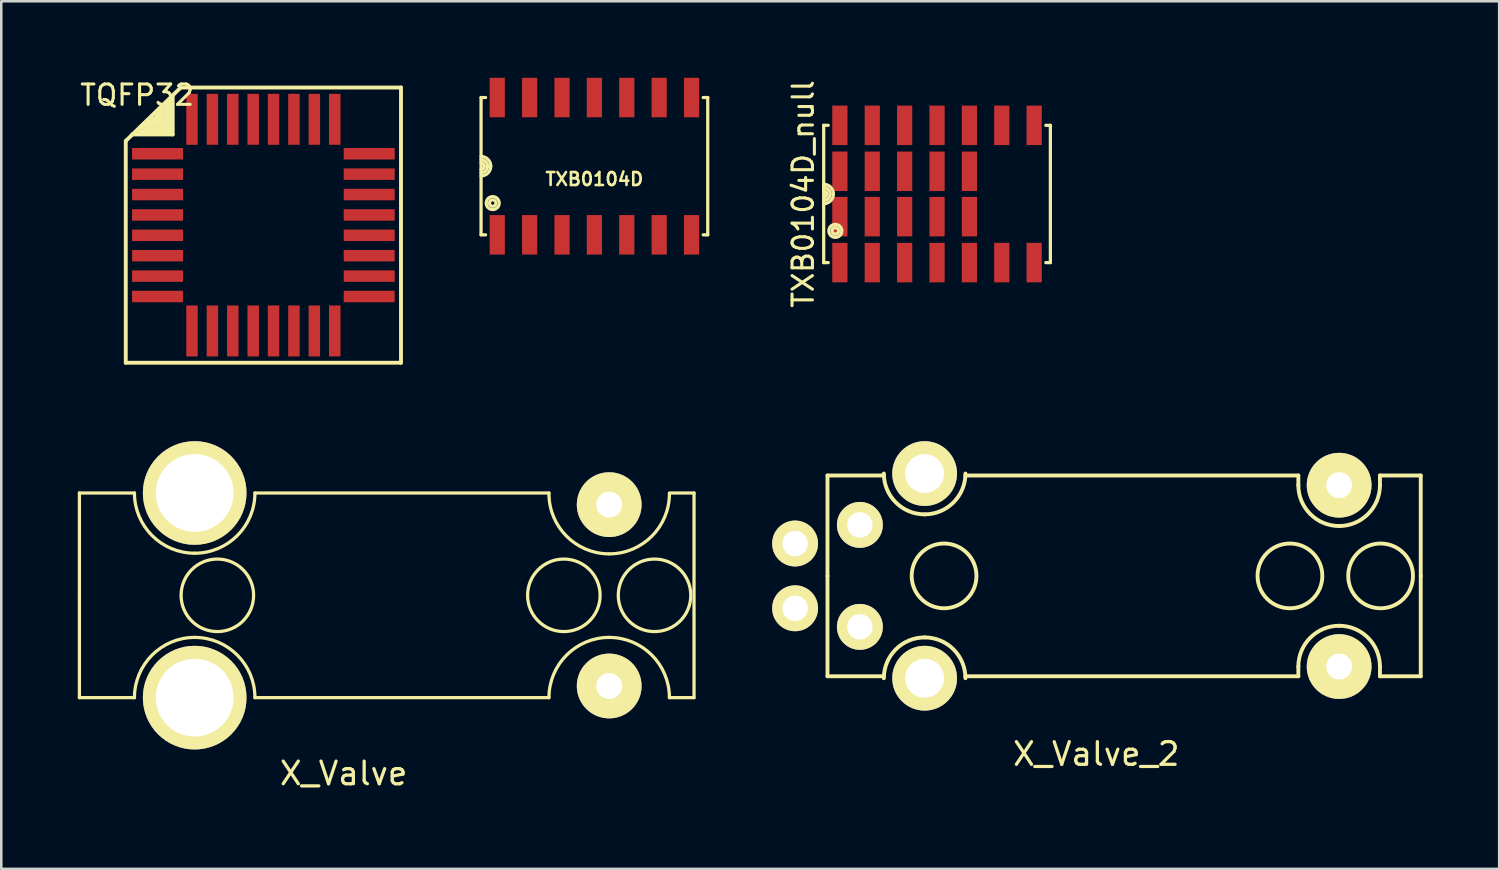
<source format=kicad_pcb>
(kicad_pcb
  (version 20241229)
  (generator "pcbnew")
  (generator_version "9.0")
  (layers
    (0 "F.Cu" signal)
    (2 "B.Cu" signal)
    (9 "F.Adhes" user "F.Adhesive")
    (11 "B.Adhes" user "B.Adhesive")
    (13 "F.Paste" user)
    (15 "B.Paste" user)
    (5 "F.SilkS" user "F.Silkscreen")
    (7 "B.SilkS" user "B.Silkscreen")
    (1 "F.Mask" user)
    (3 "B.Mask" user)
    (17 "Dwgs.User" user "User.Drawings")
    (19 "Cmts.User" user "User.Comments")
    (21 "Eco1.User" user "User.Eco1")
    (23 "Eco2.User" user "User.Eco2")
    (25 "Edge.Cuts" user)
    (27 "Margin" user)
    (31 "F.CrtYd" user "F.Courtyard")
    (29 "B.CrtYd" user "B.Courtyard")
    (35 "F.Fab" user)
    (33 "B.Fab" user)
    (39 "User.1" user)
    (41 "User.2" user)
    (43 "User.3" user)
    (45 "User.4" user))
  (footprint "TXB0104D_null"
    (layer "F.Cu")
    (at 33.698 4.557)
    (property "Reference" "TXB0104D_null" (at -5.25 0 90) (layer "F.SilkS") (effects (font (size 0.8 0.8) (thickness 0.12))))
    (attr smd)
    (fp_line (start -4.445 -2.692) (end -4.445 2.692) (stroke (width 0.127) (type solid)) (layer "F.SilkS"))
    (fp_line (start -4.445 2.692) (end -4.267 2.692) (stroke (width 0.127) (type solid)) (layer "F.SilkS"))
    (fp_line (start -4.267 -2.692) (end -4.445 -2.692) (stroke (width 0.127) (type solid)) (layer "F.SilkS"))
    (fp_line (start 4.267 2.692) (end 4.445 2.692) (stroke (width 0.127) (type solid)) (layer "F.SilkS"))
    (fp_line (start 4.445 -2.692) (end 4.267 -2.692) (stroke (width 0.127) (type solid)) (layer "F.SilkS"))
    (fp_line (start 4.445 2.692) (end 4.445 -2.692) (stroke (width 0.127) (type solid)) (layer "F.SilkS"))
    (fp_arc (start -4.445 -0.381) (mid -4.175592 -0.269408) (end -4.064 0) (stroke (width 0.127) (type solid)) (layer "F.SilkS"))
    (fp_arc (start -4.445 -0.254) (mid -4.265395 -0.179605) (end -4.191 0) (stroke (width 0.127) (type solid)) (layer "F.SilkS"))
    (fp_arc (start -4.445 -0.127) (mid -4.355197 -0.089803) (end -4.318 0) (stroke (width 0.127) (type solid)) (layer "F.SilkS"))
    (fp_arc (start -4.318 0) (mid -4.355197 0.089803) (end -4.445 0.127) (stroke (width 0.127) (type solid)) (layer "F.SilkS"))
    (fp_arc (start -4.191 0) (mid -4.265395 0.179605) (end -4.445 0.254) (stroke (width 0.127) (type solid)) (layer "F.SilkS"))
    (fp_arc (start -4.064 0) (mid -4.175592 0.269408) (end -4.445 0.381) (stroke (width 0.127) (type solid)) (layer "F.SilkS"))
    (fp_circle (center -3.988 1.448) (end -4.242 1.448) (stroke (width 0.127) (type solid)) (fill no) (layer "F.SilkS"))
    (fp_circle (center -3.988 1.448) (end -4.115 1.448) (stroke (width 0.127) (type solid)) (fill no) (layer "F.SilkS"))
    (pad "1" smd rect (at -3.81 0.889) (size 0.597 1.549) (layers "F.Cu" "F.Mask" "F.Paste"))
    (pad "1" smd rect (at -3.81 2.692) (size 0.597 1.549) (layers "F.Cu" "F.Mask" "F.Paste"))
    (pad "2" smd rect (at -2.54 0.889) (size 0.597 1.549) (layers "F.Cu" "F.Mask" "F.Paste"))
    (pad "2" smd rect (at -2.54 2.692) (size 0.597 1.549) (layers "F.Cu" "F.Mask" "F.Paste"))
    (pad "3" smd rect (at -1.27 0.889) (size 0.597 1.549) (layers "F.Cu" "F.Mask" "F.Paste"))
    (pad "3" smd rect (at -1.27 2.692) (size 0.597 1.549) (layers "F.Cu" "F.Mask" "F.Paste"))
    (pad "4" smd rect (at 0 0.889) (size 0.597 1.549) (layers "F.Cu" "F.Mask" "F.Paste"))
    (pad "4" smd rect (at 0 2.692) (size 0.597 1.549) (layers "F.Cu" "F.Mask" "F.Paste"))
    (pad "5" smd rect (at 1.27 0.889) (size 0.597 1.549) (layers "F.Cu" "F.Mask" "F.Paste"))
    (pad "5" smd rect (at 1.27 2.692) (size 0.597 1.549) (layers "F.Cu" "F.Mask" "F.Paste"))
    (pad "6" smd rect (at 2.54 2.692) (size 0.597 1.549) (layers "F.Cu" "F.Mask" "F.Paste"))
    (pad "7" smd rect (at 3.81 2.692) (size 0.597 1.549) (layers "F.Cu" "F.Mask" "F.Paste"))
    (pad "8" smd rect (at 3.81 -2.692) (size 0.597 1.549) (layers "F.Cu" "F.Mask" "F.Paste"))
    (pad "9" smd rect (at 2.54 -2.692) (size 0.597 1.549) (layers "F.Cu" "F.Mask" "F.Paste"))
    (pad "10" smd rect (at 1.27 -2.692) (size 0.597 1.549) (layers "F.Cu" "F.Mask" "F.Paste"))
    (pad "10" smd rect (at 1.27 -0.889) (size 0.597 1.549) (layers "F.Cu" "F.Mask" "F.Paste"))
    (pad "11" smd rect (at 0 -2.692) (size 0.597 1.549) (layers "F.Cu" "F.Mask" "F.Paste"))
    (pad "11" smd rect (at 0 -0.889) (size 0.597 1.549) (layers "F.Cu" "F.Mask" "F.Paste"))
    (pad "12" smd rect (at -1.27 -2.692) (size 0.597 1.549) (layers "F.Cu" "F.Mask" "F.Paste"))
    (pad "12" smd rect (at -1.27 -0.889) (size 0.597 1.549) (layers "F.Cu" "F.Mask" "F.Paste"))
    (pad "13" smd rect (at -2.54 -2.692) (size 0.597 1.549) (layers "F.Cu" "F.Mask" "F.Paste"))
    (pad "13" smd rect (at -2.54 -0.889) (size 0.597 1.549) (layers "F.Cu" "F.Mask" "F.Paste"))
    (pad "14" smd rect (at -3.81 -2.692) (size 0.597 1.549) (layers "F.Cu" "F.Mask" "F.Paste"))
    (pad "14" smd rect (at -3.81 -0.889) (size 0.597 1.549) (layers "F.Cu" "F.Mask" "F.Paste")))
  (footprint "X_Valve"
    (layer "F.Cu")
    (at 1.156 20.297)
    (property "Reference" "X_Valve" (at 9.271 6.985 0) (layer "F.SilkS") (effects (font (size 0.889 0.889) (thickness 0.127))))
    (attr smd)
    (fp_line (start -1.092 -4.013) (end -1.092 0) (stroke (width 0.127) (type solid)) (layer "F.SilkS"))
    (fp_line (start -1.092 -4.013) (end 1.067 -4.013) (stroke (width 0.127) (type solid)) (layer "F.SilkS"))
    (fp_line (start -1.092 0) (end -1.092 4.013) (stroke (width 0.127) (type solid)) (layer "F.SilkS"))
    (fp_line (start 1.067 4.013) (end -1.092 4.013) (stroke (width 0.127) (type solid)) (layer "F.SilkS"))
    (fp_line (start 5.791 -4.013) (end 17.323 -4.013) (stroke (width 0.127) (type solid)) (layer "F.SilkS"))
    (fp_line (start 5.791 4.013) (end 17.323 4.013) (stroke (width 0.127) (type solid)) (layer "F.SilkS"))
    (fp_line (start 22.047 -4.013) (end 23.012 -4.013) (stroke (width 0.127) (type solid)) (layer "F.SilkS"))
    (fp_line (start 22.047 4.013) (end 23.012 4.013) (stroke (width 0.127) (type solid)) (layer "F.SilkS"))
    (fp_line (start 23.012 4.013) (end 23.012 -4.013) (stroke (width 0.127) (type solid)) (layer "F.SilkS"))
    (fp_arc (start 1.0668 4.0132) (mid 1.758672 2.342872) (end 3.429 1.651) (stroke (width 0.127) (type solid)) (layer "F.SilkS"))
    (fp_arc (start 3.429 -1.651) (mid 1.758672 -2.342872) (end 1.0668 -4.0132) (stroke (width 0.127) (type solid)) (layer "F.SilkS"))
    (fp_arc (start 3.429 1.651) (mid 5.099328 2.342872) (end 5.7912 4.0132) (stroke (width 0.127) (type solid)) (layer "F.SilkS"))
    (fp_arc (start 5.7912 -4.0132) (mid 5.099328 -2.342872) (end 3.429 -1.651) (stroke (width 0.127) (type solid)) (layer "F.SilkS"))
    (fp_arc (start 17.3228 4.0132) (mid 18.014672 2.342872) (end 19.685 1.651) (stroke (width 0.127) (type solid)) (layer "F.SilkS"))
    (fp_arc (start 19.6596 -1.6256) (mid 17.996712 -2.335433) (end 17.3228 -4.0132) (stroke (width 0.127) (type solid)) (layer "F.SilkS"))
    (fp_arc (start 19.685 1.651) (mid 21.355328 2.342872) (end 22.0472 4.0132) (stroke (width 0.127) (type solid)) (layer "F.SilkS"))
    (fp_arc (start 22.0472 -3.9878) (mid 21.355328 -2.317472) (end 19.685 -1.6256) (stroke (width 0.127) (type solid)) (layer "F.SilkS"))
    (fp_circle (center 4.318 0) (end 5.74 0) (stroke (width 0.127) (type solid)) (fill no) (layer "F.SilkS"))
    (fp_circle (center 17.907 0) (end 19.329 0) (stroke (width 0.127) (type solid)) (fill no) (layer "F.SilkS"))
    (fp_circle (center 21.463 0) (end 20.041 0) (stroke (width 0.127) (type solid)) (fill no) (layer "F.SilkS"))
    (pad "1" thru_hole circle (at 3.429 4.013) (size 4.064 4.064) (drill 3.048) (layers "*.Cu" "*.Mask" "F.SilkS"))
    (pad "2" thru_hole circle (at 3.429 -4.013) (size 4.064 4.064) (drill 3.048) (layers "*.Cu" "*.Mask" "F.SilkS"))
    (pad "3" thru_hole circle (at 19.685 -3.556) (size 2.54 2.54) (drill 1.016) (layers "*.Cu" "*.Mask" "F.SilkS"))
    (pad "4" thru_hole circle (at 19.685 3.556) (size 2.54 2.54) (drill 1.016) (layers "*.Cu" "*.Mask" "F.SilkS")))
  (footprint "X_Valve_2"
    (layer "F.Cu")
    (at 30.672 19.535)
    (property "Reference" "X_Valve_2" (at 9.271 6.985 0) (layer "F.SilkS") (effects (font (size 0.889 0.889) (thickness 0.127))))
    (attr smd)
    (fp_line (start -1.27 -3.937) (end 0.94 -3.937) (stroke (width 0.152) (type solid)) (layer "F.SilkS"))
    (fp_line (start -1.27 0) (end -1.27 -3.937) (stroke (width 0.152) (type solid)) (layer "F.SilkS"))
    (fp_line (start -1.27 0) (end -1.27 3.937) (stroke (width 0.152) (type solid)) (layer "F.SilkS"))
    (fp_line (start -1.27 3.937) (end 0.94 3.937) (stroke (width 0.152) (type solid)) (layer "F.SilkS"))
    (fp_line (start 4.14 3.937) (end 17.196 3.937) (stroke (width 0.152) (type solid)) (layer "F.SilkS"))
    (fp_line (start 17.196 -3.937) (end 4.14 -3.937) (stroke (width 0.152) (type solid)) (layer "F.SilkS"))
    (fp_line (start 17.196 -3.556) (end 17.196 -3.937) (stroke (width 0.152) (type solid)) (layer "F.SilkS"))
    (fp_line (start 17.196 3.556) (end 17.196 3.937) (stroke (width 0.152) (type solid)) (layer "F.SilkS"))
    (fp_line (start 20.396 -3.937) (end 21.996 -3.937) (stroke (width 0.152) (type solid)) (layer "F.SilkS"))
    (fp_line (start 20.396 -3.556) (end 20.396 -3.937) (stroke (width 0.152) (type solid)) (layer "F.SilkS"))
    (fp_line (start 20.396 3.556) (end 20.396 3.937) (stroke (width 0.152) (type solid)) (layer "F.SilkS"))
    (fp_line (start 20.396 3.937) (end 21.996 3.937) (stroke (width 0.152) (type solid)) (layer "F.SilkS"))
    (fp_line (start 21.996 0) (end 21.996 -3.937) (stroke (width 0.152) (type solid)) (layer "F.SilkS"))
    (fp_line (start 21.996 0) (end 21.996 3.937) (stroke (width 0.152) (type solid)) (layer "F.SilkS"))
    (fp_arc (start 0.9398 4.0132) (mid 1.408488 2.881688) (end 2.54 2.413) (stroke (width 0.1524) (type solid)) (layer "F.SilkS"))
    (fp_arc (start 2.54 -2.413) (mid 1.408488 -2.881688) (end 0.9398 -4.0132) (stroke (width 0.1524) (type solid)) (layer "F.SilkS"))
    (fp_arc (start 2.54 2.413) (mid 3.671512 2.881688) (end 4.1402 4.0132) (stroke (width 0.1524) (type solid)) (layer "F.SilkS"))
    (fp_arc (start 4.1402 -4.0132) (mid 3.671512 -2.881688) (end 2.54 -2.413) (stroke (width 0.1524) (type solid)) (layer "F.SilkS"))
    (fp_arc (start 17.1958 3.556) (mid 17.664488 2.424488) (end 18.796 1.9558) (stroke (width 0.1524) (type solid)) (layer "F.SilkS"))
    (fp_arc (start 18.796 -1.9558) (mid 17.664488 -2.424488) (end 17.1958 -3.556) (stroke (width 0.1524) (type solid)) (layer "F.SilkS"))
    (fp_arc (start 18.796 1.9558) (mid 19.927512 2.424488) (end 20.3962 3.556) (stroke (width 0.1524) (type solid)) (layer "F.SilkS"))
    (fp_arc (start 20.3962 -3.556) (mid 19.927512 -2.424488) (end 18.796 -1.9558) (stroke (width 0.1524) (type solid)) (layer "F.SilkS"))
    (fp_circle (center 3.302 0) (end 2.032 0) (stroke (width 0.152) (type solid)) (fill no) (layer "F.SilkS"))
    (fp_circle (center 16.866 0) (end 15.596 0) (stroke (width 0.152) (type solid)) (fill no) (layer "F.SilkS"))
    (fp_circle (center 20.422 0) (end 19.152 0) (stroke (width 0.152) (type solid)) (fill no) (layer "F.SilkS"))
    (pad "" thru_hole circle (at 2.54 -4.013) (size 2.54 2.54) (drill 1.524) (layers "*.Cu" "*.Mask" "F.SilkS"))
    (pad "" thru_hole circle (at 2.54 4.013) (size 2.54 2.54) (drill 1.524) (layers "*.Cu" "*.Mask" "F.SilkS"))
    (pad "" thru_hole circle (at 18.796 -3.556) (size 2.54 2.54) (drill 1.016) (layers "*.Cu" "*.Mask" "F.SilkS"))
    (pad "" thru_hole circle (at 18.796 3.556) (size 2.54 2.54) (drill 1.016) (layers "*.Cu" "*.Mask" "F.SilkS"))
    (pad "1" thru_hole circle (at -2.54 -1.27) (size 1.8 1.8) (drill 1) (layers "*.Cu" "*.Mask" "F.SilkS"))
    (pad "1" thru_hole circle (at 0 -2) (size 1.8 1.8) (drill 1) (layers "*.Cu" "*.Mask" "F.SilkS"))
    (pad "2" thru_hole circle (at -2.54 1.27) (size 1.8 1.8) (drill 1) (layers "*.Cu" "*.Mask" "F.SilkS"))
    (pad "2" thru_hole circle (at 0 2) (size 1.8 1.8) (drill 1) (layers "*.Cu" "*.Mask" "F.SilkS")))
  (footprint "TQFP32"
    (layer "F.Cu")
    (at 7.279 5.779)
    (property "Reference" "TQFP32" (at -4.95 -5.1 0) (layer "F.SilkS") (effects (font (size 0.8 0.8) (thickness 0.12))))
    (attr smd)
    (fp_line (start -5.397 -3.302) (end -3.239 -5.397) (stroke (width 0.152) (type solid)) (layer "F.SilkS"))
    (fp_line (start -5.397 5.397) (end -5.397 -3.302) (stroke (width 0.152) (type solid)) (layer "F.SilkS"))
    (fp_line (start -5.144 -3.556) (end -3.556 -3.556) (stroke (width 0.152) (type solid)) (layer "F.SilkS"))
    (fp_line (start -4.191 -4.191) (end -4.381 -4.191) (stroke (width 0.152) (type solid)) (layer "F.SilkS"))
    (fp_line (start -4.191 -4.191) (end -4.191 -4.381) (stroke (width 0.152) (type solid)) (layer "F.SilkS"))
    (fp_line (start -4.064 -4.064) (end -4.508 -4.064) (stroke (width 0.152) (type solid)) (layer "F.SilkS"))
    (fp_line (start -4.064 -4.064) (end -4.064 -4.508) (stroke (width 0.152) (type solid)) (layer "F.SilkS"))
    (fp_line (start -3.937 -3.937) (end -4.636 -3.937) (stroke (width 0.152) (type solid)) (layer "F.SilkS"))
    (fp_line (start -3.937 -3.937) (end -3.937 -4.636) (stroke (width 0.152) (type solid)) (layer "F.SilkS"))
    (fp_line (start -3.81 -3.81) (end -4.763 -3.81) (stroke (width 0.152) (type solid)) (layer "F.SilkS"))
    (fp_line (start -3.81 -3.81) (end -3.81 -4.763) (stroke (width 0.152) (type solid)) (layer "F.SilkS"))
    (fp_line (start -3.683 -3.683) (end -4.889 -3.683) (stroke (width 0.152) (type solid)) (layer "F.SilkS"))
    (fp_line (start -3.683 -3.683) (end -3.683 -4.889) (stroke (width 0.152) (type solid)) (layer "F.SilkS"))
    (fp_line (start -3.556 -3.556) (end -3.556 -5.08) (stroke (width 0.152) (type solid)) (layer "F.SilkS"))
    (fp_line (start -3.239 -5.397) (end 5.397 -5.397) (stroke (width 0.152) (type solid)) (layer "F.SilkS"))
    (fp_line (start 5.397 -5.397) (end 5.397 5.397) (stroke (width 0.152) (type solid)) (layer "F.SilkS"))
    (fp_line (start 5.397 5.397) (end -5.397 5.397) (stroke (width 0.152) (type solid)) (layer "F.SilkS"))
    (pad "1" smd rect (at -4.15 -2.799) (size 1.999 0.45) (layers "F.Cu" "F.Mask" "F.Paste"))
    (pad "2" smd rect (at -4.15 -1.999) (size 1.999 0.45) (layers "F.Cu" "F.Mask" "F.Paste"))
    (pad "3" smd rect (at -4.15 -1.199) (size 1.999 0.45) (layers "F.Cu" "F.Mask" "F.Paste"))
    (pad "4" smd rect (at -4.15 -0.399) (size 1.999 0.45) (layers "F.Cu" "F.Mask" "F.Paste"))
    (pad "5" smd rect (at -4.15 0.399) (size 1.999 0.45) (layers "F.Cu" "F.Mask" "F.Paste"))
    (pad "6" smd rect (at -4.15 1.199) (size 1.999 0.45) (layers "F.Cu" "F.Mask" "F.Paste"))
    (pad "7" smd rect (at -4.15 1.999) (size 1.999 0.45) (layers "F.Cu" "F.Mask" "F.Paste"))
    (pad "8" smd rect (at -4.15 2.799) (size 1.999 0.45) (layers "F.Cu" "F.Mask" "F.Paste"))
    (pad "9" smd rect (at -2.799 4.15 90) (size 1.999 0.45) (layers "F.Cu" "F.Mask" "F.Paste"))
    (pad "10" smd rect (at -1.999 4.15 90) (size 1.999 0.45) (layers "F.Cu" "F.Mask" "F.Paste"))
    (pad "11" smd rect (at -1.199 4.15 90) (size 1.999 0.45) (layers "F.Cu" "F.Mask" "F.Paste"))
    (pad "12" smd rect (at -0.399 4.15 90) (size 1.999 0.45) (layers "F.Cu" "F.Mask" "F.Paste"))
    (pad "13" smd rect (at 0.399 4.15 90) (size 1.999 0.45) (layers "F.Cu" "F.Mask" "F.Paste"))
    (pad "14" smd rect (at 1.199 4.15 90) (size 1.999 0.45) (layers "F.Cu" "F.Mask" "F.Paste"))
    (pad "15" smd rect (at 1.999 4.15 90) (size 1.999 0.45) (layers "F.Cu" "F.Mask" "F.Paste"))
    (pad "16" smd rect (at 2.799 4.15 90) (size 1.999 0.45) (layers "F.Cu" "F.Mask" "F.Paste"))
    (pad "17" smd rect (at 4.15 2.799) (size 1.999 0.45) (layers "F.Cu" "F.Mask" "F.Paste"))
    (pad "18" smd rect (at 4.15 1.999) (size 1.999 0.45) (layers "F.Cu" "F.Mask" "F.Paste"))
    (pad "19" smd rect (at 4.15 1.199) (size 1.999 0.45) (layers "F.Cu" "F.Mask" "F.Paste"))
    (pad "20" smd rect (at 4.15 0.399) (size 1.999 0.45) (layers "F.Cu" "F.Mask" "F.Paste"))
    (pad "21" smd rect (at 4.15 -0.399) (size 1.999 0.45) (layers "F.Cu" "F.Mask" "F.Paste"))
    (pad "22" smd rect (at 4.15 -1.199) (size 1.999 0.45) (layers "F.Cu" "F.Mask" "F.Paste"))
    (pad "23" smd rect (at 4.15 -1.999) (size 1.999 0.45) (layers "F.Cu" "F.Mask" "F.Paste"))
    (pad "24" smd rect (at 4.15 -2.799) (size 1.999 0.45) (layers "F.Cu" "F.Mask" "F.Paste"))
    (pad "25" smd rect (at 2.799 -4.15 90) (size 1.999 0.45) (layers "F.Cu" "F.Mask" "F.Paste"))
    (pad "26" smd rect (at 1.999 -4.15 90) (size 1.999 0.45) (layers "F.Cu" "F.Mask" "F.Paste"))
    (pad "27" smd rect (at 1.199 -4.15 90) (size 1.999 0.45) (layers "F.Cu" "F.Mask" "F.Paste"))
    (pad "28" smd rect (at 0.399 -4.15 90) (size 1.999 0.45) (layers "F.Cu" "F.Mask" "F.Paste"))
    (pad "29" smd rect (at -0.399 -4.15 90) (size 1.999 0.45) (layers "F.Cu" "F.Mask" "F.Paste"))
    (pad "30" smd rect (at -1.199 -4.15 90) (size 1.999 0.45) (layers "F.Cu" "F.Mask" "F.Paste"))
    (pad "31" smd rect (at -1.999 -4.15 90) (size 1.999 0.45) (layers "F.Cu" "F.Mask" "F.Paste"))
    (pad "32" smd rect (at -2.799 -4.15 90) (size 1.999 0.45) (layers "F.Cu" "F.Mask" "F.Paste")))
  (footprint "TXB0104D"
    (layer "F.Cu")
    (at 20.261 3.467)
    (property "Reference" "TXB0104D" (at 0 0.508 0) (layer "F.SilkS") (effects (font (size 0.508 0.508) (thickness 0.102))))
    (attr smd)
    (fp_line (start -4.445 -2.692) (end -4.445 2.692) (stroke (width 0.127) (type solid)) (layer "F.SilkS"))
    (fp_line (start -4.445 2.692) (end -4.267 2.692) (stroke (width 0.127) (type solid)) (layer "F.SilkS"))
    (fp_line (start -4.267 -2.692) (end -4.445 -2.692) (stroke (width 0.127) (type solid)) (layer "F.SilkS"))
    (fp_line (start 4.267 2.692) (end 4.445 2.692) (stroke (width 0.127) (type solid)) (layer "F.SilkS"))
    (fp_line (start 4.445 -2.692) (end 4.267 -2.692) (stroke (width 0.127) (type solid)) (layer "F.SilkS"))
    (fp_line (start 4.445 2.692) (end 4.445 -2.692) (stroke (width 0.127) (type solid)) (layer "F.SilkS"))
    (fp_arc (start -4.445 -0.381) (mid -4.175592 -0.269408) (end -4.064 0) (stroke (width 0.127) (type solid)) (layer "F.SilkS"))
    (fp_arc (start -4.445 -0.254) (mid -4.265395 -0.179605) (end -4.191 0) (stroke (width 0.127) (type solid)) (layer "F.SilkS"))
    (fp_arc (start -4.445 -0.127) (mid -4.355197 -0.089803) (end -4.318 0) (stroke (width 0.127) (type solid)) (layer "F.SilkS"))
    (fp_arc (start -4.318 0) (mid -4.355197 0.089803) (end -4.445 0.127) (stroke (width 0.127) (type solid)) (layer "F.SilkS"))
    (fp_arc (start -4.191 0) (mid -4.265395 0.179605) (end -4.445 0.254) (stroke (width 0.127) (type solid)) (layer "F.SilkS"))
    (fp_arc (start -4.064 0) (mid -4.175592 0.269408) (end -4.445 0.381) (stroke (width 0.127) (type solid)) (layer "F.SilkS"))
    (fp_circle (center -3.988 1.448) (end -4.242 1.448) (stroke (width 0.127) (type solid)) (fill no) (layer "F.SilkS"))
    (fp_circle (center -3.988 1.448) (end -4.115 1.448) (stroke (width 0.127) (type solid)) (fill no) (layer "F.SilkS"))
    (pad "1" smd rect (at -3.81 2.692) (size 0.597 1.549) (layers "F.Cu" "F.Mask" "F.Paste"))
    (pad "2" smd rect (at -2.54 2.692) (size 0.597 1.549) (layers "F.Cu" "F.Mask" "F.Paste"))
    (pad "3" smd rect (at -1.27 2.692) (size 0.597 1.549) (layers "F.Cu" "F.Mask" "F.Paste"))
    (pad "4" smd rect (at 0 2.692) (size 0.597 1.549) (layers "F.Cu" "F.Mask" "F.Paste"))
    (pad "5" smd rect (at 1.27 2.692) (size 0.597 1.549) (layers "F.Cu" "F.Mask" "F.Paste"))
    (pad "6" smd rect (at 2.54 2.692) (size 0.597 1.549) (layers "F.Cu" "F.Mask" "F.Paste"))
    (pad "7" smd rect (at 3.81 2.692) (size 0.597 1.549) (layers "F.Cu" "F.Mask" "F.Paste"))
    (pad "8" smd rect (at 3.81 -2.692) (size 0.597 1.549) (layers "F.Cu" "F.Mask" "F.Paste"))
    (pad "9" smd rect (at 2.54 -2.692) (size 0.597 1.549) (layers "F.Cu" "F.Mask" "F.Paste"))
    (pad "10" smd rect (at 1.27 -2.692) (size 0.597 1.549) (layers "F.Cu" "F.Mask" "F.Paste"))
    (pad "11" smd rect (at 0 -2.692) (size 0.597 1.549) (layers "F.Cu" "F.Mask" "F.Paste"))
    (pad "12" smd rect (at -1.27 -2.692) (size 0.597 1.549) (layers "F.Cu" "F.Mask" "F.Paste"))
    (pad "13" smd rect (at -2.54 -2.692) (size 0.597 1.549) (layers "F.Cu" "F.Mask" "F.Paste"))
    (pad "14" smd rect (at -3.81 -2.692) (size 0.597 1.549) (layers "F.Cu" "F.Mask" "F.Paste")))
  (gr_rect
    (start -3 -3)
    (end 55.744 31.025)
    (stroke (width 0.1) (type default))
    (fill no)
    (layer "Edge.Cuts")))
</source>
